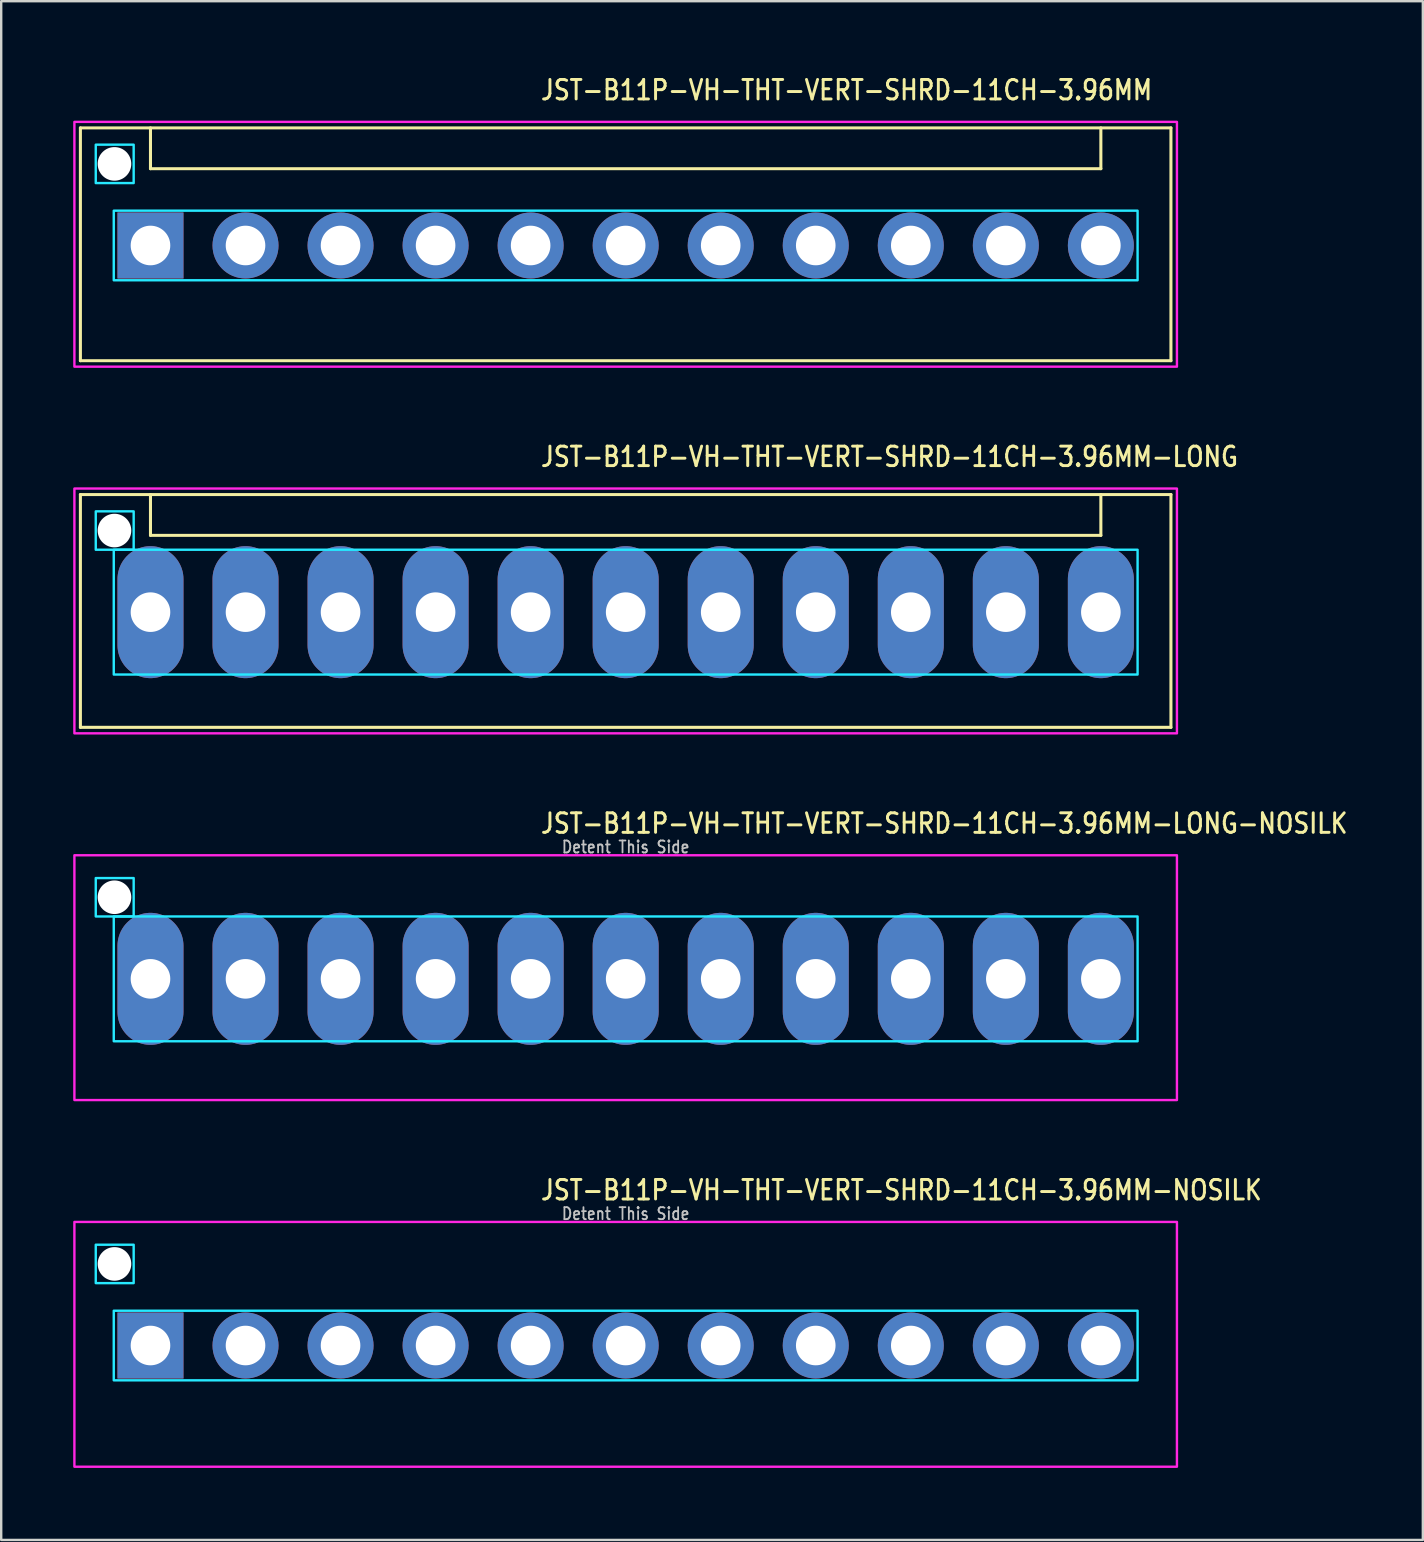
<source format=kicad_pcb>
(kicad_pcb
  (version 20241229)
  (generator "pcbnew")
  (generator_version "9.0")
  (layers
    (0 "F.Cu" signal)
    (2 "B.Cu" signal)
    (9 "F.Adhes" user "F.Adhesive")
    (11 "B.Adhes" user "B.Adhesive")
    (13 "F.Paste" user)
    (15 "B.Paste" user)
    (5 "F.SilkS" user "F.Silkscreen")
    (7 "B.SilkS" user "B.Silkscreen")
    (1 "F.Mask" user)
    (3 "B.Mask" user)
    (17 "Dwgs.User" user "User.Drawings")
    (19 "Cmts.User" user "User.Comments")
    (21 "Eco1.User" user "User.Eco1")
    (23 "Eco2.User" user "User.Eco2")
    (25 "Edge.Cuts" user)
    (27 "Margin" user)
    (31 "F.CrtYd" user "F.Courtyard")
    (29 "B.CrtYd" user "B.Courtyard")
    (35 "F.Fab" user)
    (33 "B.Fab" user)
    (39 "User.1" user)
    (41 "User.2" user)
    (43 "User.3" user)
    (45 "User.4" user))
  (footprint "JST-B11P-VH-THT-VERT-SHRD-11CH-3.96MM-LONG"
    (layer "F.Cu")
    (at 23.02 22.457)
    (property "Reference" "JST-B11P-VH-THT-VERT-SHRD-11CH-3.96MM-LONG" (at -3.6 -6 0) (unlocked yes) (layer "F.SilkS") (effects (font (size 0.813 0.695) (thickness 0.122)) (justify left bottom)))
    (fp_line (start -22.72 -4.9) (end 22.72 -4.9) (stroke (width 0.127) (type solid)) (layer "F.SilkS"))
    (fp_line (start -22.72 4.8) (end -22.72 -4.9) (stroke (width 0.127) (type solid)) (layer "F.SilkS"))
    (fp_line (start -22.72 4.8) (end 22.72 4.8) (stroke (width 0.127) (type solid)) (layer "F.SilkS"))
    (fp_line (start -19.8 -4.9) (end -19.8 -3.2) (stroke (width 0.127) (type solid)) (layer "F.SilkS"))
    (fp_line (start -19.8 -3.2) (end 19.8 -3.2) (stroke (width 0.127) (type solid)) (layer "F.SilkS"))
    (fp_line (start 19.8 -4.9) (end 19.8 -3.2) (stroke (width 0.127) (type solid)) (layer "F.SilkS"))
    (fp_line (start 22.72 -4.9) (end 22.72 4.8) (stroke (width 0.127) (type solid)) (layer "F.SilkS"))
    (fp_poly (pts (xy -21.33 -2.6) (xy -21.33 2.6) (xy 21.33 2.6) (xy 21.33 -2.6)) (stroke (width 0.1) (type solid)) (fill no) (layer "B.CrtYd"))
    (fp_poly (pts (xy -20.5 -4.2) (xy -20.5 -2.6) (xy -22.08 -2.6) (xy -22.08 -4.2)) (stroke (width 0.1) (type solid)) (fill no) (layer "B.CrtYd"))
    (fp_poly (pts (xy -22.97 -5.15) (xy -22.97 5.05) (xy 22.97 5.05) (xy 22.97 -5.15)) (stroke (width 0.1) (type solid)) (fill no) (layer "F.CrtYd"))
    (pad "" np_thru_hole circle (at -21.3 -3.4) (size 1.4 1.4) (drill 1.4) (layers "*.Cu" "*.Mask"))
    (pad "P$1" thru_hole oval (at -19.8 0 90) (size 5.5 2.75) (drill 1.65) (layers "*.Cu" "*.Mask"))
    (pad "P$2" thru_hole oval (at -15.84 0 90) (size 5.5 2.75) (drill 1.65) (layers "*.Cu" "*.Mask"))
    (pad "P$3" thru_hole oval (at -11.88 0 90) (size 5.5 2.75) (drill 1.65) (layers "*.Cu" "*.Mask"))
    (pad "P$4" thru_hole oval (at -7.92 0 90) (size 5.5 2.75) (drill 1.65) (layers "*.Cu" "*.Mask"))
    (pad "P$5" thru_hole oval (at -3.96 0 90) (size 5.5 2.75) (drill 1.65) (layers "*.Cu" "*.Mask"))
    (pad "P$6" thru_hole oval (at 0 0 90) (size 5.5 2.75) (drill 1.65) (layers "*.Cu" "*.Mask"))
    (pad "P$7" thru_hole oval (at 3.96 0 90) (size 5.5 2.75) (drill 1.65) (layers "*.Cu" "*.Mask"))
    (pad "P$8" thru_hole oval (at 7.92 0 90) (size 5.5 2.75) (drill 1.65) (layers "*.Cu" "*.Mask"))
    (pad "P$9" thru_hole oval (at 11.88 0 90) (size 5.5 2.75) (drill 1.65) (layers "*.Cu" "*.Mask"))
    (pad "P$10" thru_hole oval (at 15.84 0 90) (size 5.5 2.75) (drill 1.65) (layers "*.Cu" "*.Mask"))
    (pad "P$11" thru_hole oval (at 19.8 0 90) (size 5.5 2.75) (drill 1.65) (layers "*.Cu" "*.Mask")))
  (footprint "JST-B11P-VH-THT-VERT-SHRD-11CH-3.96MM-NOSILK"
    (layer "F.Cu")
    (at 23.02 53.014)
    (property "Reference" "JST-B11P-VH-THT-VERT-SHRD-11CH-3.96MM-NOSILK" (at -3.6 -6 0) (unlocked yes) (layer "F.SilkS") (effects (font (size 0.813 0.695) (thickness 0.122)) (justify left bottom)))
    (fp_poly (pts (xy -21.33 -1.45) (xy -21.33 1.45) (xy 21.33 1.45) (xy 21.33 -1.45)) (stroke (width 0.1) (type solid)) (fill no) (layer "B.CrtYd"))
    (fp_poly (pts (xy -20.5 -4.2) (xy -20.5 -2.6) (xy -22.08 -2.6) (xy -22.08 -4.2)) (stroke (width 0.1) (type solid)) (fill no) (layer "B.CrtYd"))
    (fp_poly (pts (xy -22.97 -5.15) (xy -22.97 5.05) (xy 22.97 5.05) (xy 22.97 -5.15)) (stroke (width 0.1) (type solid)) (fill no) (layer "F.CrtYd"))
    (fp_text user "Detent This Side" (at 0 -5.2 0) (unlocked yes) (layer "Dwgs.User") (effects (font (size 0.5 0.427) (thickness 0.075)) (justify bottom)))
    (pad "" np_thru_hole circle (at -21.3 -3.4) (size 1.4 1.4) (drill 1.4) (layers "*.Cu" "*.Mask"))
    (pad "P$1" thru_hole rect (at -19.8 0) (size 2.75 2.75) (drill 1.65) (layers "*.Cu" "*.Mask"))
    (pad "P$2" thru_hole oval (at -15.84 0) (size 2.75 2.75) (drill 1.65) (layers "*.Cu" "*.Mask"))
    (pad "P$3" thru_hole oval (at -11.88 0) (size 2.75 2.75) (drill 1.65) (layers "*.Cu" "*.Mask"))
    (pad "P$4" thru_hole oval (at -7.92 0) (size 2.75 2.75) (drill 1.65) (layers "*.Cu" "*.Mask"))
    (pad "P$5" thru_hole oval (at -3.96 0) (size 2.75 2.75) (drill 1.65) (layers "*.Cu" "*.Mask"))
    (pad "P$6" thru_hole oval (at 0 0) (size 2.75 2.75) (drill 1.65) (layers "*.Cu" "*.Mask"))
    (pad "P$7" thru_hole oval (at 3.96 0) (size 2.75 2.75) (drill 1.65) (layers "*.Cu" "*.Mask"))
    (pad "P$8" thru_hole oval (at 7.92 0) (size 2.75 2.75) (drill 1.65) (layers "*.Cu" "*.Mask"))
    (pad "P$9" thru_hole oval (at 11.88 0) (size 2.75 2.75) (drill 1.65) (layers "*.Cu" "*.Mask"))
    (pad "P$10" thru_hole oval (at 15.84 0) (size 2.75 2.75) (drill 1.65) (layers "*.Cu" "*.Mask"))
    (pad "P$11" thru_hole oval (at 19.8 0) (size 2.75 2.75) (drill 1.65) (layers "*.Cu" "*.Mask")))
  (footprint "JST-B11P-VH-THT-VERT-SHRD-11CH-3.96MM-LONG-NOSILK"
    (layer "F.Cu")
    (at 23.02 37.736)
    (property "Reference" "JST-B11P-VH-THT-VERT-SHRD-11CH-3.96MM-LONG-NOSILK" (at -3.6 -6 0) (unlocked yes) (layer "F.SilkS") (effects (font (size 0.813 0.695) (thickness 0.122)) (justify left bottom)))
    (fp_poly (pts (xy -21.33 -2.6) (xy -21.33 2.6) (xy 21.33 2.6) (xy 21.33 -2.6)) (stroke (width 0.1) (type solid)) (fill no) (layer "B.CrtYd"))
    (fp_poly (pts (xy -20.5 -4.2) (xy -20.5 -2.6) (xy -22.08 -2.6) (xy -22.08 -4.2)) (stroke (width 0.1) (type solid)) (fill no) (layer "B.CrtYd"))
    (fp_poly (pts (xy -22.97 -5.15) (xy -22.97 5.05) (xy 22.97 5.05) (xy 22.97 -5.15)) (stroke (width 0.1) (type solid)) (fill no) (layer "F.CrtYd"))
    (fp_text user "Detent This Side" (at 0 -5.2 0) (unlocked yes) (layer "Dwgs.User") (effects (font (size 0.5 0.427) (thickness 0.075)) (justify bottom)))
    (pad "" np_thru_hole circle (at -21.3 -3.4) (size 1.4 1.4) (drill 1.4) (layers "*.Cu" "*.Mask"))
    (pad "P$1" thru_hole oval (at -19.8 0 90) (size 5.5 2.75) (drill 1.65) (layers "*.Cu" "*.Mask"))
    (pad "P$2" thru_hole oval (at -15.84 0 90) (size 5.5 2.75) (drill 1.65) (layers "*.Cu" "*.Mask"))
    (pad "P$3" thru_hole oval (at -11.88 0 90) (size 5.5 2.75) (drill 1.65) (layers "*.Cu" "*.Mask"))
    (pad "P$4" thru_hole oval (at -7.92 0 90) (size 5.5 2.75) (drill 1.65) (layers "*.Cu" "*.Mask"))
    (pad "P$5" thru_hole oval (at -3.96 0 90) (size 5.5 2.75) (drill 1.65) (layers "*.Cu" "*.Mask"))
    (pad "P$6" thru_hole oval (at 0 0 90) (size 5.5 2.75) (drill 1.65) (layers "*.Cu" "*.Mask"))
    (pad "P$7" thru_hole oval (at 3.96 0 90) (size 5.5 2.75) (drill 1.65) (layers "*.Cu" "*.Mask"))
    (pad "P$8" thru_hole oval (at 7.92 0 90) (size 5.5 2.75) (drill 1.65) (layers "*.Cu" "*.Mask"))
    (pad "P$9" thru_hole oval (at 11.88 0 90) (size 5.5 2.75) (drill 1.65) (layers "*.Cu" "*.Mask"))
    (pad "P$10" thru_hole oval (at 15.84 0 90) (size 5.5 2.75) (drill 1.65) (layers "*.Cu" "*.Mask"))
    (pad "P$11" thru_hole oval (at 19.8 0 90) (size 5.5 2.75) (drill 1.65) (layers "*.Cu" "*.Mask")))
  (footprint "JST-B11P-VH-THT-VERT-SHRD-11CH-3.96MM"
    (layer "F.Cu")
    (at 23.02 7.179)
    (property "Reference" "JST-B11P-VH-THT-VERT-SHRD-11CH-3.96MM" (at -3.6 -6 0) (unlocked yes) (layer "F.SilkS") (effects (font (size 0.813 0.695) (thickness 0.122)) (justify left bottom)))
    (fp_line (start -22.72 -4.9) (end 22.72 -4.9) (stroke (width 0.127) (type solid)) (layer "F.SilkS"))
    (fp_line (start -22.72 4.8) (end -22.72 -4.9) (stroke (width 0.127) (type solid)) (layer "F.SilkS"))
    (fp_line (start -22.72 4.8) (end 22.72 4.8) (stroke (width 0.127) (type solid)) (layer "F.SilkS"))
    (fp_line (start -19.8 -4.9) (end -19.8 -3.2) (stroke (width 0.127) (type solid)) (layer "F.SilkS"))
    (fp_line (start -19.8 -3.2) (end 19.8 -3.2) (stroke (width 0.127) (type solid)) (layer "F.SilkS"))
    (fp_line (start 19.8 -4.9) (end 19.8 -3.2) (stroke (width 0.127) (type solid)) (layer "F.SilkS"))
    (fp_line (start 22.72 -4.9) (end 22.72 4.8) (stroke (width 0.127) (type solid)) (layer "F.SilkS"))
    (fp_poly (pts (xy -21.33 -1.45) (xy -21.33 1.45) (xy 21.33 1.45) (xy 21.33 -1.45)) (stroke (width 0.1) (type solid)) (fill no) (layer "B.CrtYd"))
    (fp_poly (pts (xy -20.5 -4.2) (xy -20.5 -2.6) (xy -22.08 -2.6) (xy -22.08 -4.2)) (stroke (width 0.1) (type solid)) (fill no) (layer "B.CrtYd"))
    (fp_poly (pts (xy -22.97 -5.15) (xy -22.97 5.05) (xy 22.97 5.05) (xy 22.97 -5.15)) (stroke (width 0.1) (type solid)) (fill no) (layer "F.CrtYd"))
    (pad "" np_thru_hole circle (at -21.3 -3.4) (size 1.4 1.4) (drill 1.4) (layers "*.Cu" "*.Mask"))
    (pad "P$1" thru_hole rect (at -19.8 0) (size 2.75 2.75) (drill 1.65) (layers "*.Cu" "*.Mask"))
    (pad "P$2" thru_hole oval (at -15.84 0) (size 2.75 2.75) (drill 1.65) (layers "*.Cu" "*.Mask"))
    (pad "P$3" thru_hole oval (at -11.88 0) (size 2.75 2.75) (drill 1.65) (layers "*.Cu" "*.Mask"))
    (pad "P$4" thru_hole oval (at -7.92 0) (size 2.75 2.75) (drill 1.65) (layers "*.Cu" "*.Mask"))
    (pad "P$5" thru_hole oval (at -3.96 0) (size 2.75 2.75) (drill 1.65) (layers "*.Cu" "*.Mask"))
    (pad "P$6" thru_hole oval (at 0 0) (size 2.75 2.75) (drill 1.65) (layers "*.Cu" "*.Mask"))
    (pad "P$7" thru_hole oval (at 3.96 0) (size 2.75 2.75) (drill 1.65) (layers "*.Cu" "*.Mask"))
    (pad "P$8" thru_hole oval (at 7.92 0) (size 2.75 2.75) (drill 1.65) (layers "*.Cu" "*.Mask"))
    (pad "P$9" thru_hole oval (at 11.88 0) (size 2.75 2.75) (drill 1.65) (layers "*.Cu" "*.Mask"))
    (pad "P$10" thru_hole oval (at 15.84 0) (size 2.75 2.75) (drill 1.65) (layers "*.Cu" "*.Mask"))
    (pad "P$11" thru_hole oval (at 19.8 0) (size 2.75 2.75) (drill 1.65) (layers "*.Cu" "*.Mask")))
  (gr_rect
    (start -3 -3)
    (end 56.236 61.114)
    (stroke (width 0.1) (type default))
    (fill no)
    (layer "Edge.Cuts")))
</source>
